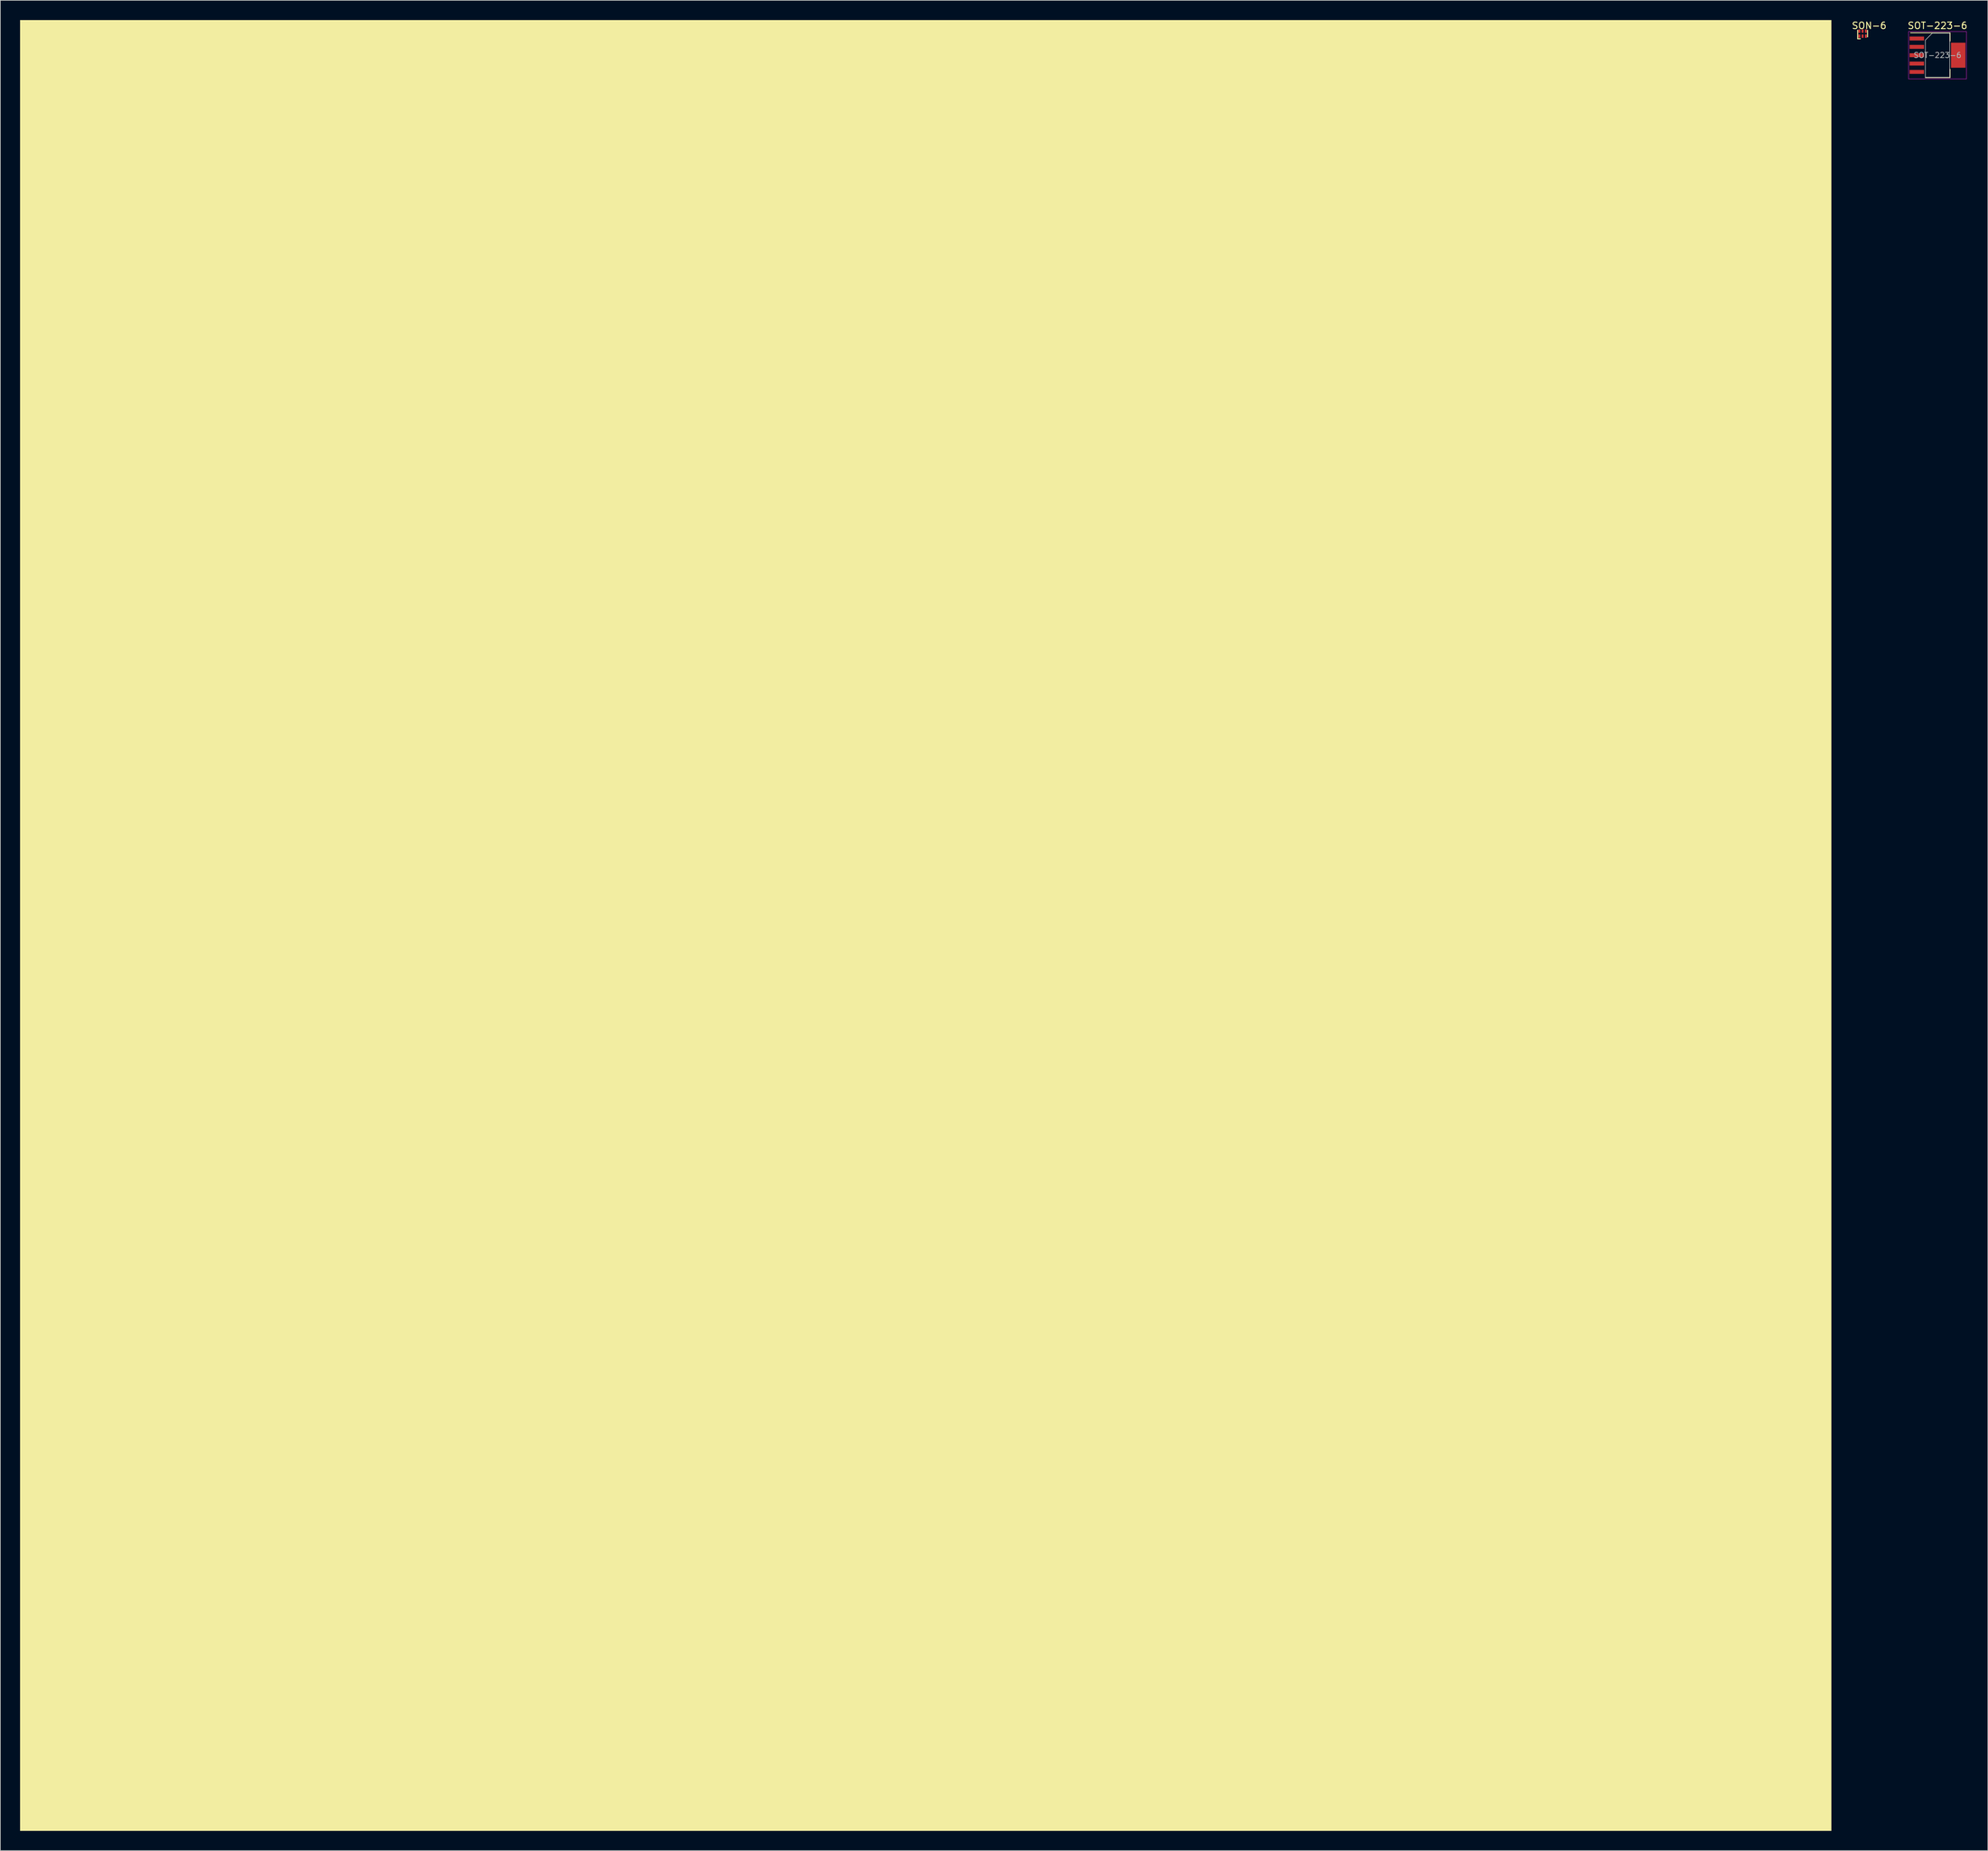
<source format=kicad_pcb>
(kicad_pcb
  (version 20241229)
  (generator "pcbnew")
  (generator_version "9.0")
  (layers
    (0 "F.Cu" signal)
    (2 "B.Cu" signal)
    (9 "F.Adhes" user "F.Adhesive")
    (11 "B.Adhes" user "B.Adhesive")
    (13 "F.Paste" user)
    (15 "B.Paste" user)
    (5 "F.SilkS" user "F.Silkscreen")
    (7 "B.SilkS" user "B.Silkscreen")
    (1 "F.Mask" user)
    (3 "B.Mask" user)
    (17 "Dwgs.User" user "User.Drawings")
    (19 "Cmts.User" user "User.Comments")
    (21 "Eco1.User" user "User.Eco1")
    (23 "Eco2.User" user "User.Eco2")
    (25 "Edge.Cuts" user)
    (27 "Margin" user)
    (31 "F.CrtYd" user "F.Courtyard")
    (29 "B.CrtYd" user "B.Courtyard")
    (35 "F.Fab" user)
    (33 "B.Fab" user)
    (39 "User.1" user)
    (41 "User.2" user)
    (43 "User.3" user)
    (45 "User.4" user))
  (footprint "SOT-223-6"
    (layer "F.Cu")
    (at 291.536 5.348)
    (property "Reference" "SOT-223-6" (at 0 -4.5 0) (layer "F.SilkS") (effects (font (size 1 1) (thickness 0.15))))
    (attr smd)
    (fp_line (start -4.1 -3.41) (end 1.91 -3.41) (stroke (width 0.12) (type solid)) (layer "F.SilkS"))
    (fp_line (start -1.85 3.41) (end 1.91 3.41) (stroke (width 0.12) (type solid)) (layer "F.SilkS"))
    (fp_line (start 1.91 -3.41) (end 1.91 -2.15) (stroke (width 0.12) (type solid)) (layer "F.SilkS"))
    (fp_line (start 1.91 3.41) (end 1.91 2.15) (stroke (width 0.12) (type solid)) (layer "F.SilkS"))
    (fp_line (start -4.4 -3.6) (end -4.4 3.6) (stroke (width 0.05) (type solid)) (layer "F.CrtYd"))
    (fp_line (start -4.4 3.6) (end 4.4 3.6) (stroke (width 0.05) (type solid)) (layer "F.CrtYd"))
    (fp_line (start 4.4 -3.6) (end -4.4 -3.6) (stroke (width 0.05) (type solid)) (layer "F.CrtYd"))
    (fp_line (start 4.4 3.6) (end 4.4 -3.6) (stroke (width 0.05) (type solid)) (layer "F.CrtYd"))
    (fp_line (start -1.85 -2.3) (end -1.85 3.35) (stroke (width 0.1) (type solid)) (layer "F.Fab"))
    (fp_line (start -1.85 -2.3) (end -0.8 -3.35) (stroke (width 0.1) (type solid)) (layer "F.Fab"))
    (fp_line (start -1.85 3.35) (end 1.85 3.35) (stroke (width 0.1) (type solid)) (layer "F.Fab"))
    (fp_line (start -0.8 -3.35) (end 1.85 -3.35) (stroke (width 0.1) (type solid)) (layer "F.Fab"))
    (fp_line (start 1.85 -3.35) (end 1.85 3.35) (stroke (width 0.1) (type solid)) (layer "F.Fab"))
    (fp_text user "${REFERENCE}" (at 0 0 0) (layer "F.Fab") (effects (font (size 0.8 0.8) (thickness 0.12))))
    (pad "1" smd rect (at -3.15 -2.54) (size 2.2 0.6) (layers "F.Cu" "F.Mask" "F.Paste"))
    (pad "2" smd rect (at -3.15 -1.27) (size 2.2 0.6) (layers "F.Cu" "F.Mask" "F.Paste"))
    (pad "3" smd rect (at -3.15 0) (size 2.2 0.6) (layers "F.Cu" "F.Mask" "F.Paste"))
    (pad "4" smd rect (at -3.15 1.27) (size 2.2 0.6) (layers "F.Cu" "F.Mask" "F.Paste"))
    (pad "5" smd rect (at -3.15 2.54) (size 2.2 0.6) (layers "F.Cu" "F.Mask" "F.Paste"))
    (pad "6" smd rect (at 3.15 0) (size 2.2 3.8) (layers "F.Cu" "F.Mask" "F.Paste")))
  (footprint "SON-6"
    (layer "F.Cu")
    (at 279.644 2.448)
    (property "Reference" "SON-6" (at 1.5 -1.6 0) (layer "F.SilkS") (effects (font (size 1 1) (thickness 0.15))))
    (attr through_hole)
    (fp_line (start -0.25 0.1) (end -0.25 -0.9) (stroke (width 0.15) (type solid)) (layer "F.SilkS"))
    (fp_line (start -0.25 0.1) (end -0.25 0.4) (stroke (width 0.15) (type solid)) (layer "F.SilkS"))
    (fp_line (start -0.25 0.4) (end 0.15 0.4) (stroke (width 0.15) (type solid)) (layer "F.SilkS"))
    (fp_line (start 1.25 0.11) (end 1.25 -0.89) (stroke (width 0.15) (type solid)) (layer "F.SilkS"))
    (pad "1" smd rect (at 0 0) (size 0.3 0.52) (layers "F.Cu" "F.Mask" "F.Paste"))
    (pad "2" smd rect (at 0.5 0) (size 0.3 0.52) (layers "F.Cu" "F.Mask" "F.Paste"))
    (pad "3" smd rect (at 1 0) (size 0.3 0.52) (layers "F.Cu" "F.Mask" "F.Paste"))
    (pad "4" smd rect (at 1 -0.77) (size 0.3 0.52) (layers "F.Cu" "F.Mask" "F.Paste"))
    (pad "5" smd rect (at 0.5 -0.77) (size 0.3 0.52) (layers "F.Cu" "F.Mask" "F.Paste"))
    (pad "6" smd rect (at 0 -0.77) (size 0.3 0.52) (layers "F.Cu" "F.Mask" "F.Paste")))
  (footprint "logo"
    (layer "F.Cu")
    (at 137.7 137.7)
    (property "Reference" "logo" (at 0 0 0) (layer "F.SilkS") (effects (font (size 1.524 1.524) (thickness 0.3))))
    (attr through_hole)
    (fp_poly (pts (xy 137.695 137.695) (xy -137.695 137.695) (xy -137.695 -137.695) (xy 137.695 -137.695) (xy 137.695 137.695)) (stroke (width 0.01) (type solid)) (fill yes) (layer "F.SilkS")))
  (gr_rect
    (start -3 -3)
    (end 299.185 278.399)
    (stroke (width 0.1) (type default))
    (fill no)
    (layer "Edge.Cuts")))
</source>
